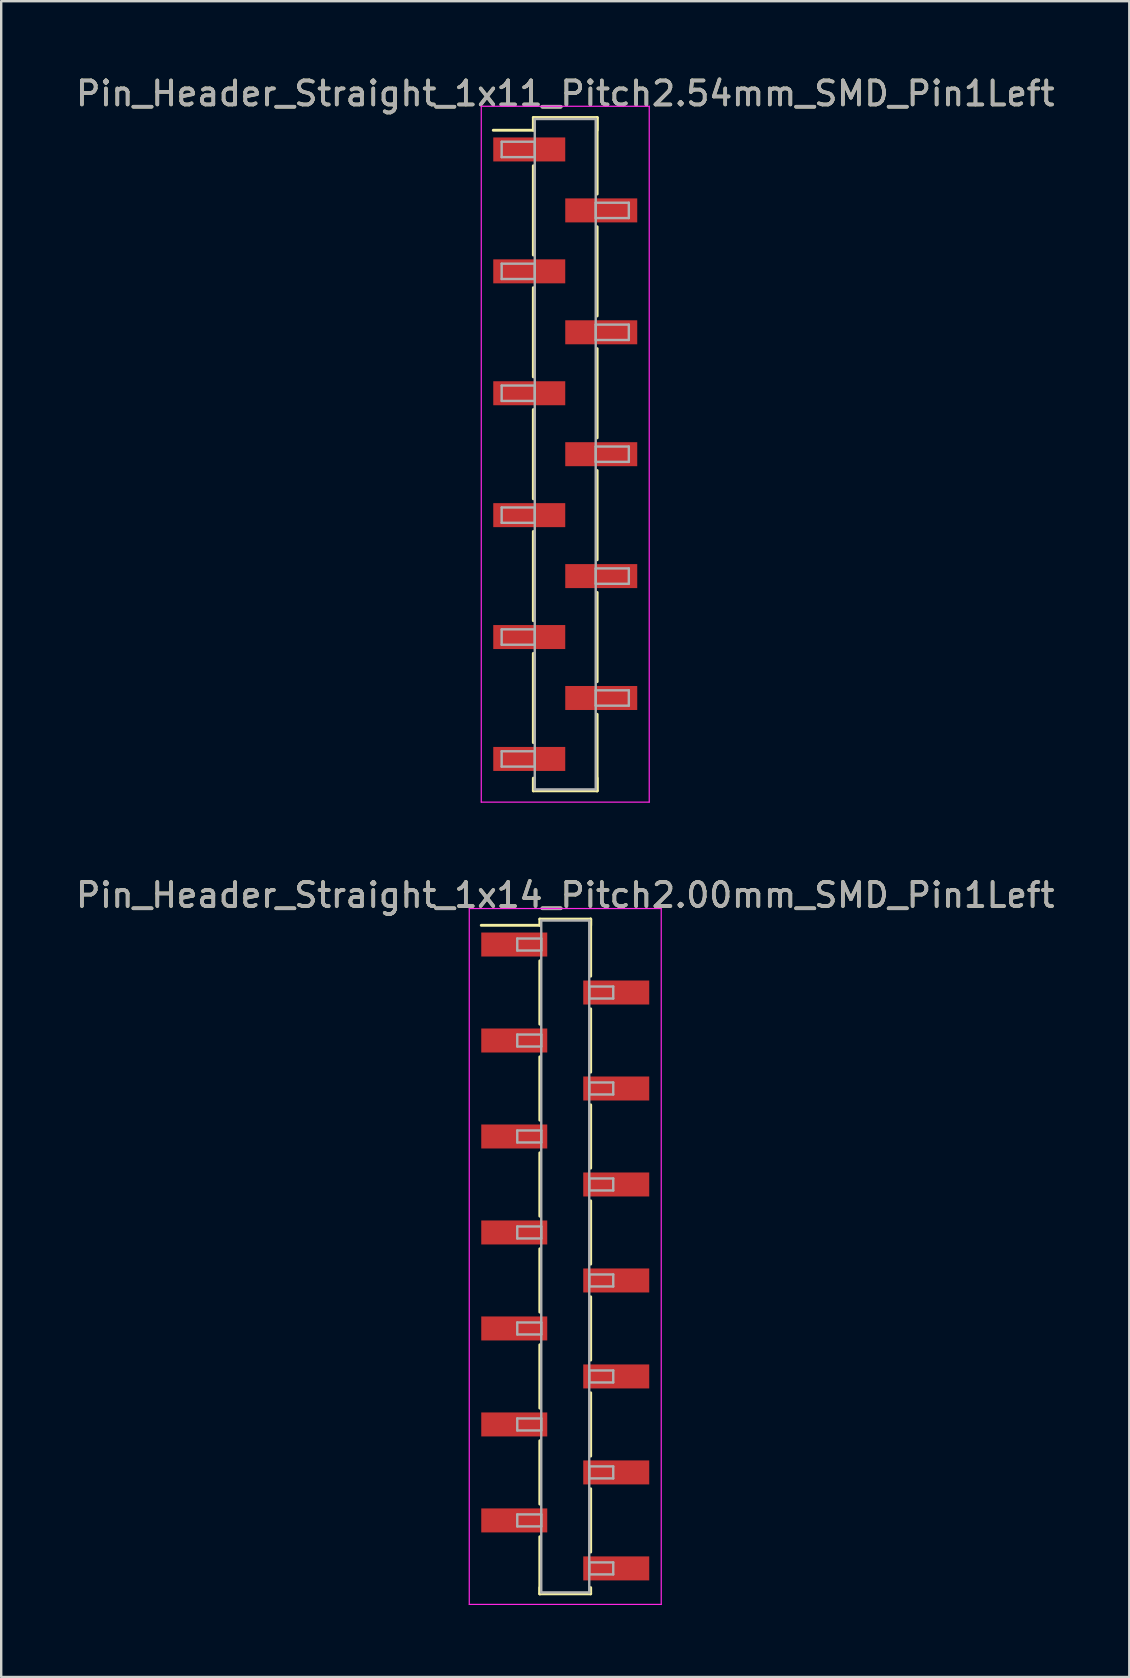
<source format=kicad_pcb>
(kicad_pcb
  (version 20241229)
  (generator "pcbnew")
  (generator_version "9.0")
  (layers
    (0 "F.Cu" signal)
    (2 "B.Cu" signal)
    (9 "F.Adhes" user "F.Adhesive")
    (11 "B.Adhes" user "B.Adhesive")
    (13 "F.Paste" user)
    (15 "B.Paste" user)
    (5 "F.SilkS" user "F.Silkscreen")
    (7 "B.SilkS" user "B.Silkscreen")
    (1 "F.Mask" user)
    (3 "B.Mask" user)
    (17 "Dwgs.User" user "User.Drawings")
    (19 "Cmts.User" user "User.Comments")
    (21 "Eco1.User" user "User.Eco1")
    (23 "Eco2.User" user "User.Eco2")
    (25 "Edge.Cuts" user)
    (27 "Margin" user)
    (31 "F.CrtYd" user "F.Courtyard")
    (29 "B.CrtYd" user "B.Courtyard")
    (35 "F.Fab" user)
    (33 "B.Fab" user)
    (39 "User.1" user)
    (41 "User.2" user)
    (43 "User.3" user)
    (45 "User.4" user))
  (footprint "Pin_Header_Straight_1x11_Pitch2.54mm_SMD_Pin1Left"
    (layer "F.Cu")
    (at 20.506 15.878)
    (property "Reference" "Pin_Header_Straight_1x11_Pitch2.54mm_SMD_Pin1Left" (at 0 -15.03 0) (layer "F.SilkS") (effects (font (size 1 1) (thickness 0.15))))
    (attr smd)
    (fp_line (start -1.33 -14.03) (end 1.33 -14.03) (stroke (width 0.12) (type solid)) (layer "F.SilkS"))
    (fp_line (start -1.33 -13.5) (end -3 -13.5) (stroke (width 0.12) (type solid)) (layer "F.SilkS"))
    (fp_line (start -1.33 -13.5) (end -1.33 -14.03) (stroke (width 0.12) (type solid)) (layer "F.SilkS"))
    (fp_line (start -1.33 -12.02) (end -1.33 -8.3) (stroke (width 0.12) (type solid)) (layer "F.SilkS"))
    (fp_line (start -1.33 -6.94) (end -1.33 -3.22) (stroke (width 0.12) (type solid)) (layer "F.SilkS"))
    (fp_line (start -1.33 -1.86) (end -1.33 1.86) (stroke (width 0.12) (type solid)) (layer "F.SilkS"))
    (fp_line (start -1.33 3.22) (end -1.33 6.94) (stroke (width 0.12) (type solid)) (layer "F.SilkS"))
    (fp_line (start -1.33 8.3) (end -1.33 12.02) (stroke (width 0.12) (type solid)) (layer "F.SilkS"))
    (fp_line (start -1.33 13.5) (end -1.33 14.03) (stroke (width 0.12) (type solid)) (layer "F.SilkS"))
    (fp_line (start -1.33 14.03) (end 1.33 14.03) (stroke (width 0.12) (type solid)) (layer "F.SilkS"))
    (fp_line (start 1.33 -14.03) (end 1.33 -13.5) (stroke (width 0.12) (type solid)) (layer "F.SilkS"))
    (fp_line (start 1.33 -14.03) (end 1.33 -10.84) (stroke (width 0.12) (type solid)) (layer "F.SilkS"))
    (fp_line (start 1.33 -9.48) (end 1.33 -5.76) (stroke (width 0.12) (type solid)) (layer "F.SilkS"))
    (fp_line (start 1.33 -4.4) (end 1.33 -0.68) (stroke (width 0.12) (type solid)) (layer "F.SilkS"))
    (fp_line (start 1.33 0.68) (end 1.33 4.4) (stroke (width 0.12) (type solid)) (layer "F.SilkS"))
    (fp_line (start 1.33 5.76) (end 1.33 9.48) (stroke (width 0.12) (type solid)) (layer "F.SilkS"))
    (fp_line (start 1.33 10.84) (end 1.33 14.03) (stroke (width 0.12) (type solid)) (layer "F.SilkS"))
    (fp_line (start 1.33 14.03) (end 1.33 13.5) (stroke (width 0.12) (type solid)) (layer "F.SilkS"))
    (fp_line (start -3.5 -14.5) (end -3.5 14.5) (stroke (width 0.05) (type solid)) (layer "F.CrtYd"))
    (fp_line (start -3.5 14.5) (end 3.5 14.5) (stroke (width 0.05) (type solid)) (layer "F.CrtYd"))
    (fp_line (start 3.5 -14.5) (end -3.5 -14.5) (stroke (width 0.05) (type solid)) (layer "F.CrtYd"))
    (fp_line (start 3.5 14.5) (end 3.5 -14.5) (stroke (width 0.05) (type solid)) (layer "F.CrtYd"))
    (fp_line (start -2.65 -13.02) (end -1.27 -13.02) (stroke (width 0.1) (type solid)) (layer "F.Fab"))
    (fp_line (start -2.65 -12.38) (end -2.65 -13.02) (stroke (width 0.1) (type solid)) (layer "F.Fab"))
    (fp_line (start -2.65 -7.94) (end -1.27 -7.94) (stroke (width 0.1) (type solid)) (layer "F.Fab"))
    (fp_line (start -2.65 -7.3) (end -2.65 -7.94) (stroke (width 0.1) (type solid)) (layer "F.Fab"))
    (fp_line (start -2.65 -2.86) (end -1.27 -2.86) (stroke (width 0.1) (type solid)) (layer "F.Fab"))
    (fp_line (start -2.65 -2.22) (end -2.65 -2.86) (stroke (width 0.1) (type solid)) (layer "F.Fab"))
    (fp_line (start -2.65 2.22) (end -1.27 2.22) (stroke (width 0.1) (type solid)) (layer "F.Fab"))
    (fp_line (start -2.65 2.86) (end -2.65 2.22) (stroke (width 0.1) (type solid)) (layer "F.Fab"))
    (fp_line (start -2.65 7.3) (end -1.27 7.3) (stroke (width 0.1) (type solid)) (layer "F.Fab"))
    (fp_line (start -2.65 7.94) (end -2.65 7.3) (stroke (width 0.1) (type solid)) (layer "F.Fab"))
    (fp_line (start -2.65 12.38) (end -1.27 12.38) (stroke (width 0.1) (type solid)) (layer "F.Fab"))
    (fp_line (start -2.65 13.02) (end -2.65 12.38) (stroke (width 0.1) (type solid)) (layer "F.Fab"))
    (fp_line (start -1.27 -13.97) (end -1.27 13.97) (stroke (width 0.1) (type solid)) (layer "F.Fab"))
    (fp_line (start -1.27 -13.02) (end -1.27 -12.38) (stroke (width 0.1) (type solid)) (layer "F.Fab"))
    (fp_line (start -1.27 -12.38) (end -2.65 -12.38) (stroke (width 0.1) (type solid)) (layer "F.Fab"))
    (fp_line (start -1.27 -7.94) (end -1.27 -7.3) (stroke (width 0.1) (type solid)) (layer "F.Fab"))
    (fp_line (start -1.27 -7.3) (end -2.65 -7.3) (stroke (width 0.1) (type solid)) (layer "F.Fab"))
    (fp_line (start -1.27 -2.86) (end -1.27 -2.22) (stroke (width 0.1) (type solid)) (layer "F.Fab"))
    (fp_line (start -1.27 -2.22) (end -2.65 -2.22) (stroke (width 0.1) (type solid)) (layer "F.Fab"))
    (fp_line (start -1.27 2.22) (end -1.27 2.86) (stroke (width 0.1) (type solid)) (layer "F.Fab"))
    (fp_line (start -1.27 2.86) (end -2.65 2.86) (stroke (width 0.1) (type solid)) (layer "F.Fab"))
    (fp_line (start -1.27 7.3) (end -1.27 7.94) (stroke (width 0.1) (type solid)) (layer "F.Fab"))
    (fp_line (start -1.27 7.94) (end -2.65 7.94) (stroke (width 0.1) (type solid)) (layer "F.Fab"))
    (fp_line (start -1.27 12.38) (end -1.27 13.02) (stroke (width 0.1) (type solid)) (layer "F.Fab"))
    (fp_line (start -1.27 13.02) (end -2.65 13.02) (stroke (width 0.1) (type solid)) (layer "F.Fab"))
    (fp_line (start -1.27 13.97) (end 1.27 13.97) (stroke (width 0.1) (type solid)) (layer "F.Fab"))
    (fp_line (start 1.27 -13.97) (end -1.27 -13.97) (stroke (width 0.1) (type solid)) (layer "F.Fab"))
    (fp_line (start 1.27 -10.48) (end 1.27 -9.84) (stroke (width 0.1) (type solid)) (layer "F.Fab"))
    (fp_line (start 1.27 -9.84) (end 2.65 -9.84) (stroke (width 0.1) (type solid)) (layer "F.Fab"))
    (fp_line (start 1.27 -5.4) (end 1.27 -4.76) (stroke (width 0.1) (type solid)) (layer "F.Fab"))
    (fp_line (start 1.27 -4.76) (end 2.65 -4.76) (stroke (width 0.1) (type solid)) (layer "F.Fab"))
    (fp_line (start 1.27 -0.32) (end 1.27 0.32) (stroke (width 0.1) (type solid)) (layer "F.Fab"))
    (fp_line (start 1.27 0.32) (end 2.65 0.32) (stroke (width 0.1) (type solid)) (layer "F.Fab"))
    (fp_line (start 1.27 4.76) (end 1.27 5.4) (stroke (width 0.1) (type solid)) (layer "F.Fab"))
    (fp_line (start 1.27 5.4) (end 2.65 5.4) (stroke (width 0.1) (type solid)) (layer "F.Fab"))
    (fp_line (start 1.27 9.84) (end 1.27 10.48) (stroke (width 0.1) (type solid)) (layer "F.Fab"))
    (fp_line (start 1.27 10.48) (end 2.65 10.48) (stroke (width 0.1) (type solid)) (layer "F.Fab"))
    (fp_line (start 1.27 13.97) (end 1.27 -13.97) (stroke (width 0.1) (type solid)) (layer "F.Fab"))
    (fp_line (start 2.65 -10.48) (end 1.27 -10.48) (stroke (width 0.1) (type solid)) (layer "F.Fab"))
    (fp_line (start 2.65 -9.84) (end 2.65 -10.48) (stroke (width 0.1) (type solid)) (layer "F.Fab"))
    (fp_line (start 2.65 -5.4) (end 1.27 -5.4) (stroke (width 0.1) (type solid)) (layer "F.Fab"))
    (fp_line (start 2.65 -4.76) (end 2.65 -5.4) (stroke (width 0.1) (type solid)) (layer "F.Fab"))
    (fp_line (start 2.65 -0.32) (end 1.27 -0.32) (stroke (width 0.1) (type solid)) (layer "F.Fab"))
    (fp_line (start 2.65 0.32) (end 2.65 -0.32) (stroke (width 0.1) (type solid)) (layer "F.Fab"))
    (fp_line (start 2.65 4.76) (end 1.27 4.76) (stroke (width 0.1) (type solid)) (layer "F.Fab"))
    (fp_line (start 2.65 5.4) (end 2.65 4.76) (stroke (width 0.1) (type solid)) (layer "F.Fab"))
    (fp_line (start 2.65 9.84) (end 1.27 9.84) (stroke (width 0.1) (type solid)) (layer "F.Fab"))
    (fp_line (start 2.65 10.48) (end 2.65 9.84) (stroke (width 0.1) (type solid)) (layer "F.Fab"))
    (fp_text user "${REFERENCE}" (at 0 -15.03 0) (layer "F.Fab") (effects (font (size 1 1) (thickness 0.15))))
    (pad "1" smd rect (at -1.5 -12.7) (size 3 1) (layers "F.Cu" "F.Mask" "F.Paste"))
    (pad "2" smd rect (at 1.5 -10.16) (size 3 1) (layers "F.Cu" "F.Mask" "F.Paste"))
    (pad "3" smd rect (at -1.5 -7.62) (size 3 1) (layers "F.Cu" "F.Mask" "F.Paste"))
    (pad "4" smd rect (at 1.5 -5.08) (size 3 1) (layers "F.Cu" "F.Mask" "F.Paste"))
    (pad "5" smd rect (at -1.5 -2.54) (size 3 1) (layers "F.Cu" "F.Mask" "F.Paste"))
    (pad "6" smd rect (at 1.5 0) (size 3 1) (layers "F.Cu" "F.Mask" "F.Paste"))
    (pad "7" smd rect (at -1.5 2.54) (size 3 1) (layers "F.Cu" "F.Mask" "F.Paste"))
    (pad "8" smd rect (at 1.5 5.08) (size 3 1) (layers "F.Cu" "F.Mask" "F.Paste"))
    (pad "9" smd rect (at -1.5 7.62) (size 3 1) (layers "F.Cu" "F.Mask" "F.Paste"))
    (pad "10" smd rect (at 1.5 10.16) (size 3 1) (layers "F.Cu" "F.Mask" "F.Paste"))
    (pad "11" smd rect (at -1.5 12.7) (size 3 1) (layers "F.Cu" "F.Mask" "F.Paste")))
  (footprint "Pin_Header_Straight_1x14_Pitch2.00mm_SMD_Pin1Left"
    (layer "F.Cu")
    (at 20.506 49.312)
    (property "Reference" "Pin_Header_Straight_1x14_Pitch2.00mm_SMD_Pin1Left" (at 0 -15.06 0) (layer "F.SilkS") (effects (font (size 1 1) (thickness 0.15))))
    (attr smd)
    (fp_line (start -1.06 -14.06) (end 1.06 -14.06) (stroke (width 0.12) (type solid)) (layer "F.SilkS"))
    (fp_line (start -1.06 -13.8) (end -3.5 -13.8) (stroke (width 0.12) (type solid)) (layer "F.SilkS"))
    (fp_line (start -1.06 -13.8) (end -1.06 -14.06) (stroke (width 0.12) (type solid)) (layer "F.SilkS"))
    (fp_line (start -1.06 -12.32) (end -1.06 -9.68) (stroke (width 0.12) (type solid)) (layer "F.SilkS"))
    (fp_line (start -1.06 -8.32) (end -1.06 -5.68) (stroke (width 0.12) (type solid)) (layer "F.SilkS"))
    (fp_line (start -1.06 -4.32) (end -1.06 -1.68) (stroke (width 0.12) (type solid)) (layer "F.SilkS"))
    (fp_line (start -1.06 -0.32) (end -1.06 2.32) (stroke (width 0.12) (type solid)) (layer "F.SilkS"))
    (fp_line (start -1.06 3.68) (end -1.06 6.32) (stroke (width 0.12) (type solid)) (layer "F.SilkS"))
    (fp_line (start -1.06 7.68) (end -1.06 10.32) (stroke (width 0.12) (type solid)) (layer "F.SilkS"))
    (fp_line (start -1.06 11.68) (end -1.06 14.06) (stroke (width 0.12) (type solid)) (layer "F.SilkS"))
    (fp_line (start -1.06 13.8) (end -1.06 14.06) (stroke (width 0.12) (type solid)) (layer "F.SilkS"))
    (fp_line (start -1.06 14.06) (end 1.06 14.06) (stroke (width 0.12) (type solid)) (layer "F.SilkS"))
    (fp_line (start 1.06 -14.06) (end 1.06 -13.8) (stroke (width 0.12) (type solid)) (layer "F.SilkS"))
    (fp_line (start 1.06 -14.06) (end 1.06 -11.68) (stroke (width 0.12) (type solid)) (layer "F.SilkS"))
    (fp_line (start 1.06 -10.32) (end 1.06 -7.68) (stroke (width 0.12) (type solid)) (layer "F.SilkS"))
    (fp_line (start 1.06 -6.32) (end 1.06 -3.68) (stroke (width 0.12) (type solid)) (layer "F.SilkS"))
    (fp_line (start 1.06 -2.32) (end 1.06 0.32) (stroke (width 0.12) (type solid)) (layer "F.SilkS"))
    (fp_line (start 1.06 1.68) (end 1.06 4.32) (stroke (width 0.12) (type solid)) (layer "F.SilkS"))
    (fp_line (start 1.06 5.68) (end 1.06 8.32) (stroke (width 0.12) (type solid)) (layer "F.SilkS"))
    (fp_line (start 1.06 9.68) (end 1.06 12.32) (stroke (width 0.12) (type solid)) (layer "F.SilkS"))
    (fp_line (start 1.06 14.06) (end 1.06 13.8) (stroke (width 0.12) (type solid)) (layer "F.SilkS"))
    (fp_line (start -4 -14.5) (end -4 14.5) (stroke (width 0.05) (type solid)) (layer "F.CrtYd"))
    (fp_line (start -4 14.5) (end 4 14.5) (stroke (width 0.05) (type solid)) (layer "F.CrtYd"))
    (fp_line (start 4 -14.5) (end -4 -14.5) (stroke (width 0.05) (type solid)) (layer "F.CrtYd"))
    (fp_line (start 4 14.5) (end 4 -14.5) (stroke (width 0.05) (type solid)) (layer "F.CrtYd"))
    (fp_line (start -2 -13.25) (end -1 -13.25) (stroke (width 0.1) (type solid)) (layer "F.Fab"))
    (fp_line (start -2 -12.75) (end -2 -13.25) (stroke (width 0.1) (type solid)) (layer "F.Fab"))
    (fp_line (start -2 -9.25) (end -1 -9.25) (stroke (width 0.1) (type solid)) (layer "F.Fab"))
    (fp_line (start -2 -8.75) (end -2 -9.25) (stroke (width 0.1) (type solid)) (layer "F.Fab"))
    (fp_line (start -2 -5.25) (end -1 -5.25) (stroke (width 0.1) (type solid)) (layer "F.Fab"))
    (fp_line (start -2 -4.75) (end -2 -5.25) (stroke (width 0.1) (type solid)) (layer "F.Fab"))
    (fp_line (start -2 -1.25) (end -1 -1.25) (stroke (width 0.1) (type solid)) (layer "F.Fab"))
    (fp_line (start -2 -0.75) (end -2 -1.25) (stroke (width 0.1) (type solid)) (layer "F.Fab"))
    (fp_line (start -2 2.75) (end -1 2.75) (stroke (width 0.1) (type solid)) (layer "F.Fab"))
    (fp_line (start -2 3.25) (end -2 2.75) (stroke (width 0.1) (type solid)) (layer "F.Fab"))
    (fp_line (start -2 6.75) (end -1 6.75) (stroke (width 0.1) (type solid)) (layer "F.Fab"))
    (fp_line (start -2 7.25) (end -2 6.75) (stroke (width 0.1) (type solid)) (layer "F.Fab"))
    (fp_line (start -2 10.75) (end -1 10.75) (stroke (width 0.1) (type solid)) (layer "F.Fab"))
    (fp_line (start -2 11.25) (end -2 10.75) (stroke (width 0.1) (type solid)) (layer "F.Fab"))
    (fp_line (start -1 -14) (end -1 14) (stroke (width 0.1) (type solid)) (layer "F.Fab"))
    (fp_line (start -1 -13.25) (end -1 -12.75) (stroke (width 0.1) (type solid)) (layer "F.Fab"))
    (fp_line (start -1 -12.75) (end -2 -12.75) (stroke (width 0.1) (type solid)) (layer "F.Fab"))
    (fp_line (start -1 -9.25) (end -1 -8.75) (stroke (width 0.1) (type solid)) (layer "F.Fab"))
    (fp_line (start -1 -8.75) (end -2 -8.75) (stroke (width 0.1) (type solid)) (layer "F.Fab"))
    (fp_line (start -1 -5.25) (end -1 -4.75) (stroke (width 0.1) (type solid)) (layer "F.Fab"))
    (fp_line (start -1 -4.75) (end -2 -4.75) (stroke (width 0.1) (type solid)) (layer "F.Fab"))
    (fp_line (start -1 -1.25) (end -1 -0.75) (stroke (width 0.1) (type solid)) (layer "F.Fab"))
    (fp_line (start -1 -0.75) (end -2 -0.75) (stroke (width 0.1) (type solid)) (layer "F.Fab"))
    (fp_line (start -1 2.75) (end -1 3.25) (stroke (width 0.1) (type solid)) (layer "F.Fab"))
    (fp_line (start -1 3.25) (end -2 3.25) (stroke (width 0.1) (type solid)) (layer "F.Fab"))
    (fp_line (start -1 6.75) (end -1 7.25) (stroke (width 0.1) (type solid)) (layer "F.Fab"))
    (fp_line (start -1 7.25) (end -2 7.25) (stroke (width 0.1) (type solid)) (layer "F.Fab"))
    (fp_line (start -1 10.75) (end -1 11.25) (stroke (width 0.1) (type solid)) (layer "F.Fab"))
    (fp_line (start -1 11.25) (end -2 11.25) (stroke (width 0.1) (type solid)) (layer "F.Fab"))
    (fp_line (start -1 14) (end 1 14) (stroke (width 0.1) (type solid)) (layer "F.Fab"))
    (fp_line (start 1 -14) (end -1 -14) (stroke (width 0.1) (type solid)) (layer "F.Fab"))
    (fp_line (start 1 -11.25) (end 1 -10.75) (stroke (width 0.1) (type solid)) (layer "F.Fab"))
    (fp_line (start 1 -10.75) (end 2 -10.75) (stroke (width 0.1) (type solid)) (layer "F.Fab"))
    (fp_line (start 1 -7.25) (end 1 -6.75) (stroke (width 0.1) (type solid)) (layer "F.Fab"))
    (fp_line (start 1 -6.75) (end 2 -6.75) (stroke (width 0.1) (type solid)) (layer "F.Fab"))
    (fp_line (start 1 -3.25) (end 1 -2.75) (stroke (width 0.1) (type solid)) (layer "F.Fab"))
    (fp_line (start 1 -2.75) (end 2 -2.75) (stroke (width 0.1) (type solid)) (layer "F.Fab"))
    (fp_line (start 1 0.75) (end 1 1.25) (stroke (width 0.1) (type solid)) (layer "F.Fab"))
    (fp_line (start 1 1.25) (end 2 1.25) (stroke (width 0.1) (type solid)) (layer "F.Fab"))
    (fp_line (start 1 4.75) (end 1 5.25) (stroke (width 0.1) (type solid)) (layer "F.Fab"))
    (fp_line (start 1 5.25) (end 2 5.25) (stroke (width 0.1) (type solid)) (layer "F.Fab"))
    (fp_line (start 1 8.75) (end 1 9.25) (stroke (width 0.1) (type solid)) (layer "F.Fab"))
    (fp_line (start 1 9.25) (end 2 9.25) (stroke (width 0.1) (type solid)) (layer "F.Fab"))
    (fp_line (start 1 12.75) (end 1 13.25) (stroke (width 0.1) (type solid)) (layer "F.Fab"))
    (fp_line (start 1 13.25) (end 2 13.25) (stroke (width 0.1) (type solid)) (layer "F.Fab"))
    (fp_line (start 1 14) (end 1 -14) (stroke (width 0.1) (type solid)) (layer "F.Fab"))
    (fp_line (start 2 -11.25) (end 1 -11.25) (stroke (width 0.1) (type solid)) (layer "F.Fab"))
    (fp_line (start 2 -10.75) (end 2 -11.25) (stroke (width 0.1) (type solid)) (layer "F.Fab"))
    (fp_line (start 2 -7.25) (end 1 -7.25) (stroke (width 0.1) (type solid)) (layer "F.Fab"))
    (fp_line (start 2 -6.75) (end 2 -7.25) (stroke (width 0.1) (type solid)) (layer "F.Fab"))
    (fp_line (start 2 -3.25) (end 1 -3.25) (stroke (width 0.1) (type solid)) (layer "F.Fab"))
    (fp_line (start 2 -2.75) (end 2 -3.25) (stroke (width 0.1) (type solid)) (layer "F.Fab"))
    (fp_line (start 2 0.75) (end 1 0.75) (stroke (width 0.1) (type solid)) (layer "F.Fab"))
    (fp_line (start 2 1.25) (end 2 0.75) (stroke (width 0.1) (type solid)) (layer "F.Fab"))
    (fp_line (start 2 4.75) (end 1 4.75) (stroke (width 0.1) (type solid)) (layer "F.Fab"))
    (fp_line (start 2 5.25) (end 2 4.75) (stroke (width 0.1) (type solid)) (layer "F.Fab"))
    (fp_line (start 2 8.75) (end 1 8.75) (stroke (width 0.1) (type solid)) (layer "F.Fab"))
    (fp_line (start 2 9.25) (end 2 8.75) (stroke (width 0.1) (type solid)) (layer "F.Fab"))
    (fp_line (start 2 12.75) (end 1 12.75) (stroke (width 0.1) (type solid)) (layer "F.Fab"))
    (fp_line (start 2 13.25) (end 2 12.75) (stroke (width 0.1) (type solid)) (layer "F.Fab"))
    (fp_text user "${REFERENCE}" (at 0 -15.06 0) (layer "F.Fab") (effects (font (size 1 1) (thickness 0.15))))
    (pad "1" smd rect (at -2.125 -13) (size 2.75 1) (layers "F.Cu" "F.Mask" "F.Paste"))
    (pad "2" smd rect (at 2.125 -11) (size 2.75 1) (layers "F.Cu" "F.Mask" "F.Paste"))
    (pad "3" smd rect (at -2.125 -9) (size 2.75 1) (layers "F.Cu" "F.Mask" "F.Paste"))
    (pad "4" smd rect (at 2.125 -7) (size 2.75 1) (layers "F.Cu" "F.Mask" "F.Paste"))
    (pad "5" smd rect (at -2.125 -5) (size 2.75 1) (layers "F.Cu" "F.Mask" "F.Paste"))
    (pad "6" smd rect (at 2.125 -3) (size 2.75 1) (layers "F.Cu" "F.Mask" "F.Paste"))
    (pad "7" smd rect (at -2.125 -1) (size 2.75 1) (layers "F.Cu" "F.Mask" "F.Paste"))
    (pad "8" smd rect (at 2.125 1) (size 2.75 1) (layers "F.Cu" "F.Mask" "F.Paste"))
    (pad "9" smd rect (at -2.125 3) (size 2.75 1) (layers "F.Cu" "F.Mask" "F.Paste"))
    (pad "10" smd rect (at 2.125 5) (size 2.75 1) (layers "F.Cu" "F.Mask" "F.Paste"))
    (pad "11" smd rect (at -2.125 7) (size 2.75 1) (layers "F.Cu" "F.Mask" "F.Paste"))
    (pad "12" smd rect (at 2.125 9) (size 2.75 1) (layers "F.Cu" "F.Mask" "F.Paste"))
    (pad "13" smd rect (at -2.125 11) (size 2.75 1) (layers "F.Cu" "F.Mask" "F.Paste"))
    (pad "14" smd rect (at 2.125 13) (size 2.75 1) (layers "F.Cu" "F.Mask" "F.Paste")))
  (gr_rect
    (start -3 -3)
    (end 44.012 66.837)
    (stroke (width 0.1) (type default))
    (fill no)
    (layer "Edge.Cuts")))
</source>
